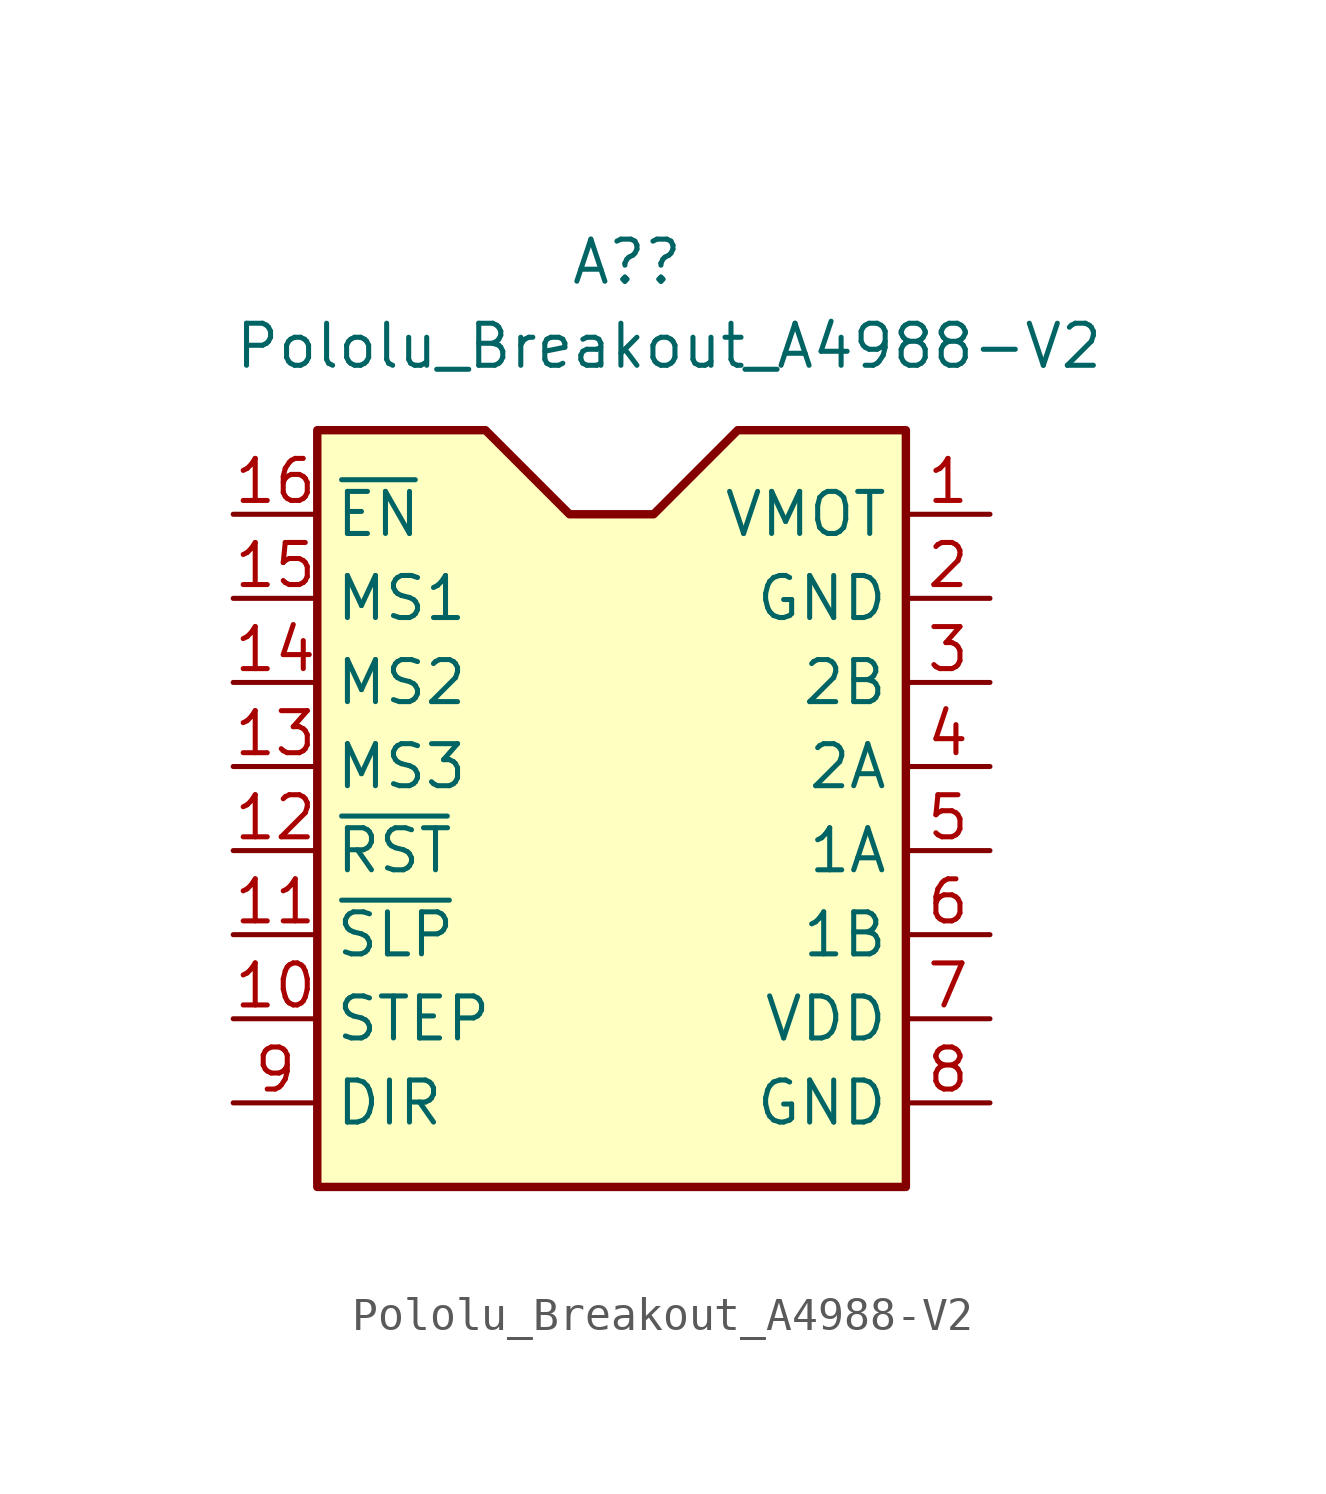
<source format=kicad_sym>
(kicad_symbol_lib
  (version 20211014)
  (generator kicad_symbol_editor)
  (symbol "Pololu_Breakout_A4988-V2"
    (property "Reference" "A?"
      (at 0 15.24 0)
      (effects (font (size 1.27 1.27)) (justify left)))
    (property "Value" "Pololu_Breakout_A4988-V2"
      (at -10.16 12.7 0)
      (effects (font (size 1.27 1.27)) (justify left)))
    (symbol "Pololu_Breakout_A4988-V2_0_1"
      (polyline (pts (xy 5.08 10.16) (xy 2.54 7.62) (xy 0 7.62) (xy -2.54 10.16) (xy -7.62 10.16) (xy -7.62 -12.7) (xy 10.16 -12.7) (xy 10.16 10.16) (xy 5.08 10.16)) (stroke (width 0.254) (type default) (color 0 0 0 0)) (fill (type background))))
    (symbol "Pololu_Breakout_A4988-V2_1_1"
      (pin power_in line (at 12.7 7.62 180) (length 2.54) (name "VMOT" (effects (font (size 1.27 1.27)))) (number "1" (effects (font (size 1.27 1.27)))))
      (pin input line (at -10.16 -7.62 0) (length 2.54) (name "STEP" (effects (font (size 1.27 1.27)))) (number "10" (effects (font (size 1.27 1.27)))))
      (pin input line (at -10.16 -5.08 0) (length 2.54) (name "~{SLP}" (effects (font (size 1.27 1.27)))) (number "11" (effects (font (size 1.27 1.27)))))
      (pin input line (at -10.16 -2.54 0) (length 2.54) (name "~{RST}" (effects (font (size 1.27 1.27)))) (number "12" (effects (font (size 1.27 1.27)))))
      (pin input line (at -10.16 0 0) (length 2.54) (name "MS3" (effects (font (size 1.27 1.27)))) (number "13" (effects (font (size 1.27 1.27)))))
      (pin input line (at -10.16 2.54 0) (length 2.54) (name "MS2" (effects (font (size 1.27 1.27)))) (number "14" (effects (font (size 1.27 1.27)))))
      (pin input line (at -10.16 5.08 0) (length 2.54) (name "MS1" (effects (font (size 1.27 1.27)))) (number "15" (effects (font (size 1.27 1.27)))))
      (pin input line (at -10.16 7.62 0) (length 2.54) (name "~{EN}" (effects (font (size 1.27 1.27)))) (number "16" (effects (font (size 1.27 1.27)))))
      (pin power_in line (at 12.7 5.08 180) (length 2.54) (name "GND" (effects (font (size 1.27 1.27)))) (number "2" (effects (font (size 1.27 1.27)))))
      (pin output line (at 12.7 2.54 180) (length 2.54) (name "2B" (effects (font (size 1.27 1.27)))) (number "3" (effects (font (size 1.27 1.27)))))
      (pin output line (at 12.7 0 180) (length 2.54) (name "2A" (effects (font (size 1.27 1.27)))) (number "4" (effects (font (size 1.27 1.27)))))
      (pin output line (at 12.7 -2.54 180) (length 2.54) (name "1A" (effects (font (size 1.27 1.27)))) (number "5" (effects (font (size 1.27 1.27)))))
      (pin output line (at 12.7 -5.08 180) (length 2.54) (name "1B" (effects (font (size 1.27 1.27)))) (number "6" (effects (font (size 1.27 1.27)))))
      (pin power_in line (at 12.7 -7.62 180) (length 2.54) (name "VDD" (effects (font (size 1.27 1.27)))) (number "7" (effects (font (size 1.27 1.27)))))
      (pin power_in line (at 12.7 -10.16 180) (length 2.54) (name "GND" (effects (font (size 1.27 1.27)))) (number "8" (effects (font (size 1.27 1.27)))))
      (pin input line (at -10.16 -10.16 0) (length 2.54) (name "DIR" (effects (font (size 1.27 1.27)))) (number "9" (effects (font (size 1.27 1.27))))))))
</source>
